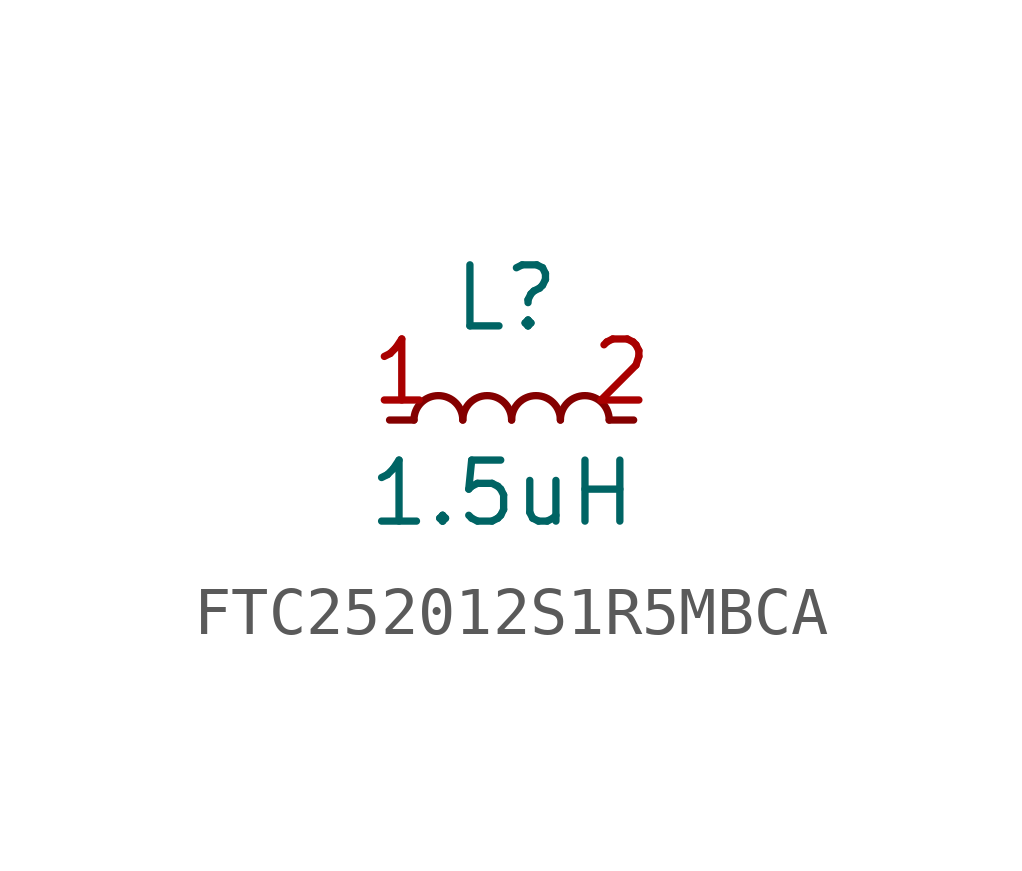
<source format=kicad_sym>
(kicad_symbol_lib
  (version 20241209)
  (generator "kicad_symbol_editor")
  (generator_version "9.0")
  (symbol "FTC252012S1R5MBCA"
    (pin_names
      (offset 0.254)
      (hide yes))
    (property "Reference" "L"
      (at -1.27 2.54 0)
      (effects (font (size 1.27 1.27)) (justify left)))
    (property "Value" "1.5uH"
      (at -3.048 -1.524 0)
      (effects (font (size 1.27 1.27)) (justify left)))
    (symbol "FTC252012S1R5MBCA_0_1"
      (arc (start -2.032 0) (mid -1.524 0.5058) (end -1.016 0) (stroke (width 0) (type default)) (fill (type none)))
      (arc (start -1.016 0) (mid -0.508 0.5058) (end 0 0) (stroke (width 0) (type default)) (fill (type none)))
      (arc (start 0 0) (mid 0.508 0.5058) (end 1.016 0) (stroke (width 0) (type default)) (fill (type none)))
      (arc (start 1.016 0) (mid 1.524 0.5058) (end 2.032 0) (stroke (width 0) (type default)) (fill (type none))))
    (symbol "FTC252012S1R5MBCA_1_0"
      (text "\n" (at 0 3.81 0) (effects (font (size 1.27 1.27)))))
    (symbol "FTC252012S1R5MBCA_1_1"
      (pin passive line (at -2.54 0 0) (length 0.508) (name "1" (effects (font (size 1.27 1.27)))) (number "1" (effects (font (size 1.27 1.27)))))
      (pin passive line (at 2.54 0 180) (length 0.508) (name "2" (effects (font (size 1.27 1.27)))) (number "2" (effects (font (size 1.27 1.27))))))))
</source>
